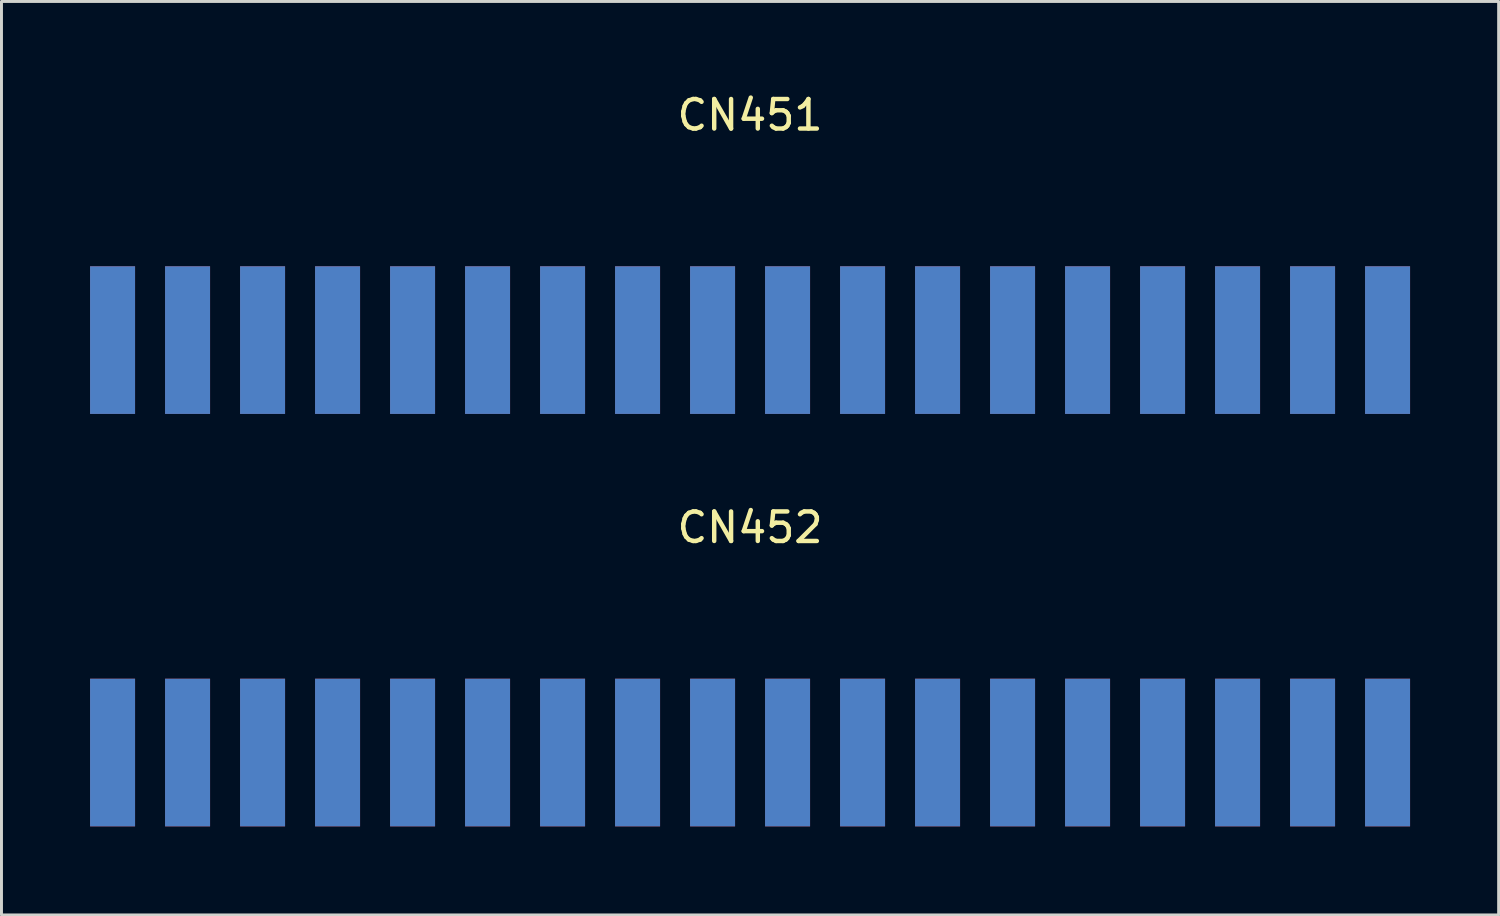
<source format=kicad_pcb>
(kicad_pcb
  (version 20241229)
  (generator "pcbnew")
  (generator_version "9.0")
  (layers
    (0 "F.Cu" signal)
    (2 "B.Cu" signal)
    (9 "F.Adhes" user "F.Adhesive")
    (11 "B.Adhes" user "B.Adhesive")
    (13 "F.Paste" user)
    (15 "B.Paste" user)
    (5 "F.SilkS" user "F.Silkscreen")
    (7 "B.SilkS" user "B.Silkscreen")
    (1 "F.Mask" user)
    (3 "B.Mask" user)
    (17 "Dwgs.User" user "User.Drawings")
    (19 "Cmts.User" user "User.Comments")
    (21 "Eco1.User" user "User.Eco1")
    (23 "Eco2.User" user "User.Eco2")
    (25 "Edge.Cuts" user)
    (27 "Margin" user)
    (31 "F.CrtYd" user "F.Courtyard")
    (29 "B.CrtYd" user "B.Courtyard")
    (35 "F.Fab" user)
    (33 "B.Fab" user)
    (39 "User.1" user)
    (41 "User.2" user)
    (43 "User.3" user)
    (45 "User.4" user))
  (footprint "CN451"
    (layer "F.Cu")
    (at 22.352 5.928)
    (property "Reference" "CN451" (at 0 -5.08 0) (layer "F.SilkS") (effects (font (size 1 1) (thickness 0.15))))
    (attr through_hole)
    (pad "1" connect rect (at 21.59 2.54) (size 1.524 5) (layers "B.Cu" "B.Mask"))
    (pad "2" connect rect (at 21.59 2.54) (size 1.524 5) (layers "F.Cu" "F.Mask"))
    (pad "3" connect rect (at 19.05 2.54) (size 1.524 5) (layers "B.Cu" "B.Mask"))
    (pad "4" connect rect (at 19.05 2.54) (size 1.524 5) (layers "F.Cu" "F.Mask"))
    (pad "5" connect rect (at 16.51 2.54) (size 1.524 5) (layers "B.Cu" "B.Mask"))
    (pad "6" connect rect (at 16.51 2.54) (size 1.524 5) (layers "F.Cu" "F.Mask"))
    (pad "7" connect rect (at 13.97 2.54) (size 1.524 5) (layers "B.Cu" "B.Mask"))
    (pad "8" connect rect (at 13.97 2.54) (size 1.524 5) (layers "F.Cu" "F.Mask"))
    (pad "9" connect rect (at 11.43 2.54) (size 1.524 5) (layers "B.Cu" "B.Mask"))
    (pad "10" connect rect (at 11.43 2.54) (size 1.524 5) (layers "F.Cu" "F.Mask"))
    (pad "11" connect rect (at 8.89 2.54) (size 1.524 5) (layers "B.Cu" "B.Mask"))
    (pad "12" connect rect (at 8.89 2.54) (size 1.524 5) (layers "F.Cu" "F.Mask"))
    (pad "13" connect rect (at 6.35 2.54) (size 1.524 5) (layers "B.Cu" "B.Mask"))
    (pad "14" connect rect (at 6.35 2.54) (size 1.524 5) (layers "F.Cu" "F.Mask"))
    (pad "15" connect rect (at 3.81 2.54) (size 1.524 5) (layers "B.Cu" "B.Mask"))
    (pad "16" connect rect (at 3.81 2.54) (size 1.524 5) (layers "F.Cu" "F.Mask"))
    (pad "17" connect rect (at 1.27 2.54) (size 1.524 5) (layers "B.Cu" "B.Mask"))
    (pad "18" connect rect (at 1.27 2.54) (size 1.524 5) (layers "F.Cu" "F.Mask"))
    (pad "19" connect rect (at -1.27 2.54) (size 1.524 5) (layers "B.Cu" "B.Mask"))
    (pad "20" connect rect (at -1.27 2.54) (size 1.524 5) (layers "F.Cu" "F.Mask"))
    (pad "21" connect rect (at -3.81 2.54) (size 1.524 5) (layers "B.Cu" "B.Mask"))
    (pad "22" connect rect (at -3.81 2.54) (size 1.524 5) (layers "F.Cu" "F.Mask"))
    (pad "23" connect rect (at -6.35 2.54) (size 1.524 5) (layers "B.Cu" "B.Mask"))
    (pad "24" connect rect (at -6.35 2.54) (size 1.524 5) (layers "F.Cu" "F.Mask"))
    (pad "25" connect rect (at -8.89 2.54) (size 1.524 5) (layers "B.Cu" "B.Mask"))
    (pad "26" connect rect (at -8.89 2.54) (size 1.524 5) (layers "F.Cu" "F.Mask"))
    (pad "27" connect rect (at -11.43 2.54) (size 1.524 5) (layers "B.Cu" "B.Mask"))
    (pad "28" connect rect (at -11.43 2.54) (size 1.524 5) (layers "F.Cu" "F.Mask"))
    (pad "29" connect rect (at -13.97 2.54) (size 1.524 5) (layers "B.Cu" "B.Mask"))
    (pad "30" connect rect (at -13.97 2.54) (size 1.524 5) (layers "F.Cu" "F.Mask"))
    (pad "31" connect rect (at -16.51 2.54) (size 1.524 5) (layers "B.Cu" "B.Mask"))
    (pad "32" connect rect (at -16.51 2.54) (size 1.524 5) (layers "F.Cu" "F.Mask"))
    (pad "33" connect rect (at -19.05 2.54) (size 1.524 5) (layers "B.Cu" "B.Mask"))
    (pad "34" connect rect (at -19.05 2.54) (size 1.524 5) (layers "F.Cu" "F.Mask"))
    (pad "35" connect rect (at -21.59 2.54) (size 1.524 5) (layers "B.Cu" "B.Mask"))
    (pad "36" connect rect (at -21.59 2.54) (size 1.524 5) (layers "F.Cu" "F.Mask")))
  (footprint "CN452"
    (layer "F.Cu")
    (at 22.352 19.896)
    (property "Reference" "CN452" (at 0 -5.08 0) (layer "F.SilkS") (effects (font (size 1 1) (thickness 0.15))))
    (attr through_hole)
    (pad "1" connect rect (at 21.59 2.54) (size 1.524 5) (layers "B.Cu" "B.Mask"))
    (pad "2" connect rect (at 21.59 2.54) (size 1.524 5) (layers "F.Cu" "F.Mask"))
    (pad "3" connect rect (at 19.05 2.54) (size 1.524 5) (layers "B.Cu" "B.Mask"))
    (pad "4" connect rect (at 19.05 2.54) (size 1.524 5) (layers "F.Cu" "F.Mask"))
    (pad "5" connect rect (at 16.51 2.54) (size 1.524 5) (layers "B.Cu" "B.Mask"))
    (pad "6" connect rect (at 16.51 2.54) (size 1.524 5) (layers "F.Cu" "F.Mask"))
    (pad "7" connect rect (at 13.97 2.54) (size 1.524 5) (layers "B.Cu" "B.Mask"))
    (pad "8" connect rect (at 13.97 2.54) (size 1.524 5) (layers "F.Cu" "F.Mask"))
    (pad "9" connect rect (at 11.43 2.54) (size 1.524 5) (layers "B.Cu" "B.Mask"))
    (pad "10" connect rect (at 11.43 2.54) (size 1.524 5) (layers "F.Cu" "F.Mask"))
    (pad "11" connect rect (at 8.89 2.54) (size 1.524 5) (layers "B.Cu" "B.Mask"))
    (pad "12" connect rect (at 8.89 2.54) (size 1.524 5) (layers "F.Cu" "F.Mask"))
    (pad "13" connect rect (at 6.35 2.54) (size 1.524 5) (layers "B.Cu" "B.Mask"))
    (pad "14" connect rect (at 6.35 2.54) (size 1.524 5) (layers "F.Cu" "F.Mask"))
    (pad "15" connect rect (at 3.81 2.54) (size 1.524 5) (layers "B.Cu" "B.Mask"))
    (pad "16" connect rect (at 3.81 2.54) (size 1.524 5) (layers "F.Cu" "F.Mask"))
    (pad "17" connect rect (at 1.27 2.54) (size 1.524 5) (layers "B.Cu" "B.Mask"))
    (pad "18" connect rect (at 1.27 2.54) (size 1.524 5) (layers "F.Cu" "F.Mask"))
    (pad "19" connect rect (at -1.27 2.54) (size 1.524 5) (layers "B.Cu" "B.Mask"))
    (pad "20" connect rect (at -1.27 2.54) (size 1.524 5) (layers "F.Cu" "F.Mask"))
    (pad "21" connect rect (at -3.81 2.54) (size 1.524 5) (layers "B.Cu" "B.Mask"))
    (pad "22" connect rect (at -3.81 2.54) (size 1.524 5) (layers "F.Cu" "F.Mask"))
    (pad "23" connect rect (at -6.35 2.54) (size 1.524 5) (layers "B.Cu" "B.Mask"))
    (pad "24" connect rect (at -6.35 2.54) (size 1.524 5) (layers "F.Cu" "F.Mask"))
    (pad "25" connect rect (at -8.89 2.54) (size 1.524 5) (layers "B.Cu" "B.Mask"))
    (pad "26" connect rect (at -8.89 2.54) (size 1.524 5) (layers "F.Cu" "F.Mask"))
    (pad "27" connect rect (at -11.43 2.54) (size 1.524 5) (layers "B.Cu" "B.Mask"))
    (pad "28" connect rect (at -11.43 2.54) (size 1.524 5) (layers "F.Cu" "F.Mask"))
    (pad "29" connect rect (at -13.97 2.54) (size 1.524 5) (layers "B.Cu" "B.Mask"))
    (pad "30" connect rect (at -13.97 2.54) (size 1.524 5) (layers "F.Cu" "F.Mask"))
    (pad "31" connect rect (at -16.51 2.54) (size 1.524 5) (layers "B.Cu" "B.Mask"))
    (pad "32" connect rect (at -16.51 2.54) (size 1.524 5) (layers "F.Cu" "F.Mask"))
    (pad "33" connect rect (at -19.05 2.54) (size 1.524 5) (layers "B.Cu" "B.Mask"))
    (pad "34" connect rect (at -19.05 2.54) (size 1.524 5) (layers "F.Cu" "F.Mask"))
    (pad "35" connect rect (at -21.59 2.54) (size 1.524 5) (layers "B.Cu" "B.Mask"))
    (pad "36" connect rect (at -21.59 2.54) (size 1.524 5) (layers "F.Cu" "F.Mask")))
  (gr_rect
    (start -3 -3)
    (end 47.704 27.936)
    (stroke (width 0.1) (type default))
    (fill no)
    (layer "Edge.Cuts")))
</source>
